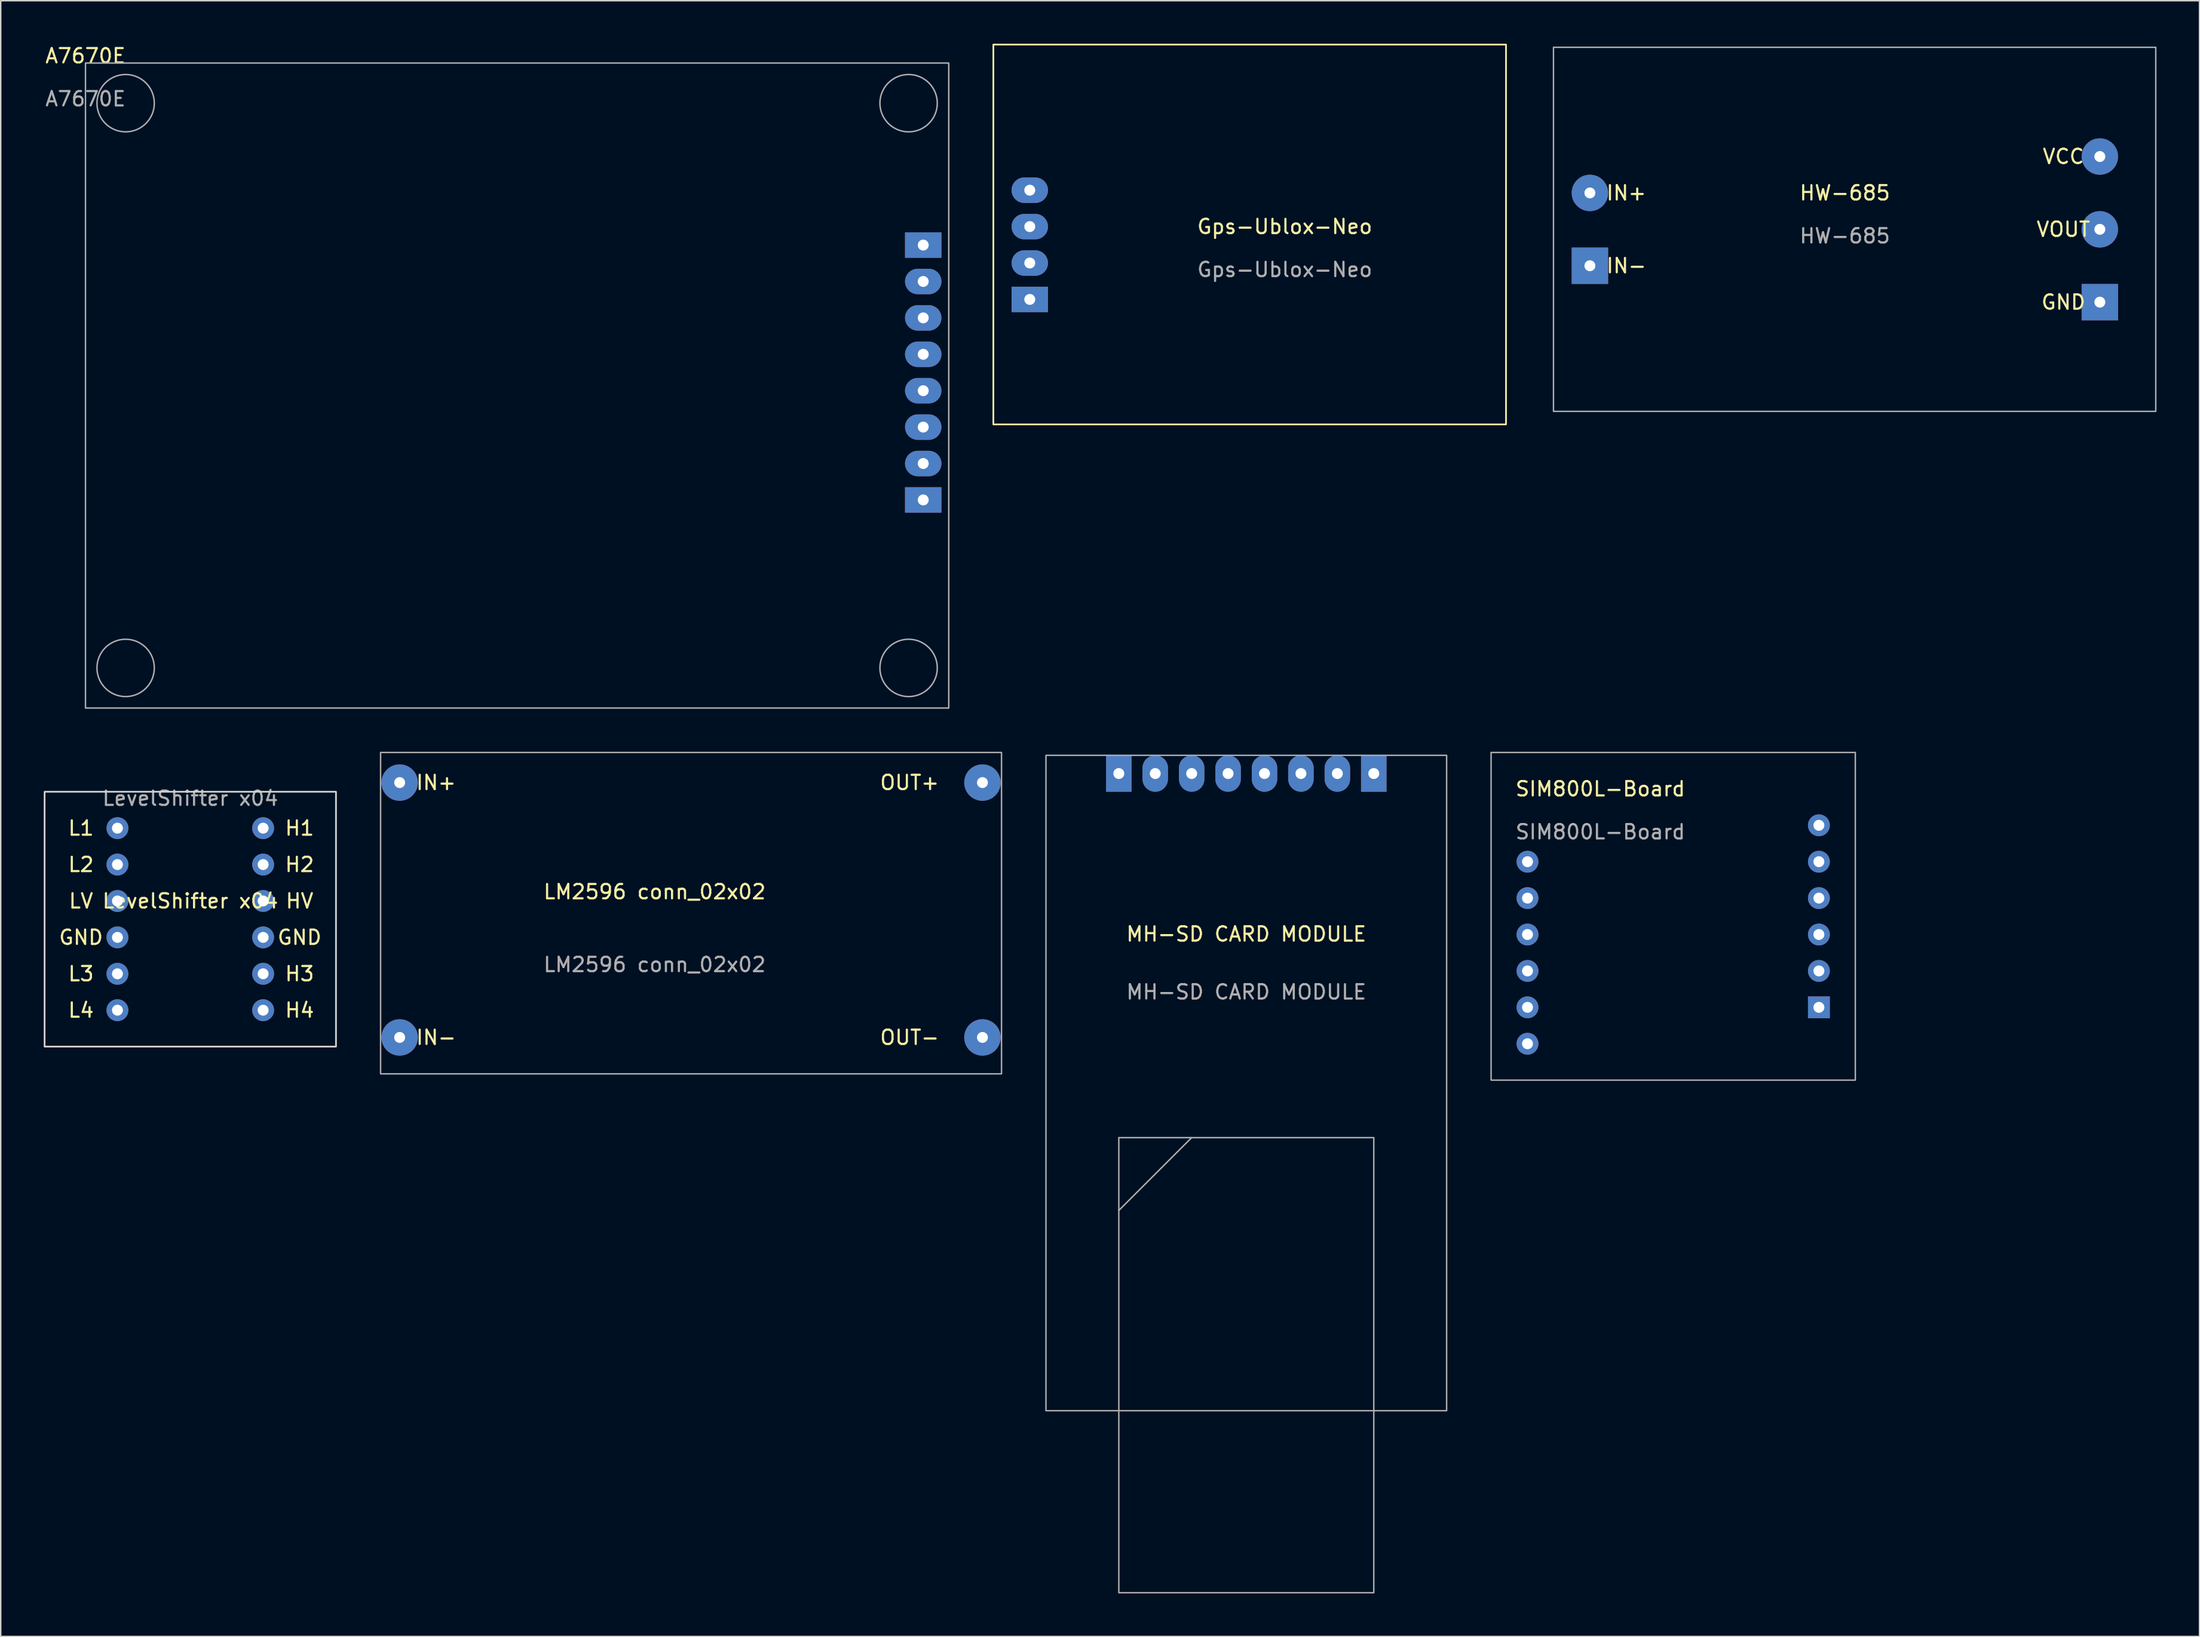
<source format=kicad_pcb>
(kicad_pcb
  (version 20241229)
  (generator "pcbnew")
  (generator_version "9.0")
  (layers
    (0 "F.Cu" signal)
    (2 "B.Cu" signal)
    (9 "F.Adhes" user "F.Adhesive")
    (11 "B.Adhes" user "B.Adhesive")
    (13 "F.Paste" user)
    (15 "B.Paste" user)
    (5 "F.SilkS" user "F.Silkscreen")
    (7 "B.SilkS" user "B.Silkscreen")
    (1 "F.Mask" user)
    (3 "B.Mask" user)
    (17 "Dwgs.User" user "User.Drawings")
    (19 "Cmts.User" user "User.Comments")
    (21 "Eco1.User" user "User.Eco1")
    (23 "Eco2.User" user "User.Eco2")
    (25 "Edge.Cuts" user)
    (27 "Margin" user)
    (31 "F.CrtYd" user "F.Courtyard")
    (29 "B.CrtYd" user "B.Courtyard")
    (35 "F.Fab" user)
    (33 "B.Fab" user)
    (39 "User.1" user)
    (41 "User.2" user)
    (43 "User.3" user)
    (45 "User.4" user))
  (footprint "LM2596 conn_02x02"
    (layer "F.Cu")
    (at 24.82 51.548)
    (property "Reference" "LM2596 conn_02x02" (at 17.78 7.62 0) (unlocked yes) (layer "F.SilkS") (effects (font (size 1 1) (thickness 0.15))))
    (attr through_hole)
    (fp_rect (start -1.33 -2.1) (end 41.97 20.32) (stroke (width 0.1) (type solid)) (fill no) (layer "F.Fab"))
    (fp_text user "OUT-" (at 35.56 17.78 0) (unlocked yes) (layer "F.SilkS") (effects (font (size 1 1) (thickness 0.15))))
    (fp_text user "IN+" (at 2.54 0 0) (unlocked yes) (layer "F.SilkS") (effects (font (size 1 1) (thickness 0.15))))
    (fp_text user "OUT+" (at 35.56 0 0) (unlocked yes) (layer "F.SilkS") (effects (font (size 1 1) (thickness 0.15))))
    (fp_text user "IN-" (at 2.54 17.78 0) (unlocked yes) (layer "F.SilkS") (effects (font (size 1 1) (thickness 0.15))))
    (fp_text user "${REFERENCE}" (at 17.78 12.7 0) (unlocked yes) (layer "F.Fab") (effects (font (size 1 1) (thickness 0.15))))
    (pad "1" thru_hole circle (at 0 0) (size 2.54 2.54) (drill 0.762) (layers "*.Cu" "*.Mask"))
    (pad "2" thru_hole circle (at 0 17.78) (size 2.54 2.54) (drill 0.762) (layers "*.Cu" "*.Mask"))
    (pad "3" thru_hole circle (at 40.64 17.78) (size 2.54 2.54) (drill 0.762) (layers "*.Cu" "*.Mask"))
    (pad "4" thru_hole circle (at 40.64 0) (size 2.54 2.54) (drill 0.762) (layers "*.Cu" "*.Mask")))
  (footprint "A7670E"
    (layer "F.Cu")
    (at 2.911 1.348)
    (property "Reference" "A7670E" (at 0 -0.5 0) (unlocked yes) (layer "F.SilkS") (effects (font (size 1 1) (thickness 0.15))))
    (attr through_hole)
    (fp_rect (start 0 0) (end 60.2 45) (stroke (width 0.1) (type solid)) (fill no) (layer "F.Fab"))
    (fp_circle (center 2.8 2.8) (end 4.8 2.8) (stroke (width 0.1) (type solid)) (fill no) (layer "F.Fab"))
    (fp_circle (center 2.8 42.2) (end 4.8 42.2) (stroke (width 0.1) (type solid)) (fill no) (layer "F.Fab"))
    (fp_circle (center 57.4 2.8) (end 59.4 2.8) (stroke (width 0.1) (type solid)) (fill no) (layer "F.Fab"))
    (fp_circle (center 57.4 42.2) (end 59.4 42.2) (stroke (width 0.1) (type solid)) (fill no) (layer "F.Fab"))
    (fp_text user "${REFERENCE}" (at 0 2.5 0) (unlocked yes) (layer "F.Fab") (effects (font (size 1 1) (thickness 0.15))))
    (pad "1" thru_hole rect (at 58.42 12.7) (size 2.54 1.778) (drill 0.762) (layers "*.Cu" "*.Mask"))
    (pad "2" thru_hole oval (at 58.42 15.24) (size 2.54 1.778) (drill 0.762) (layers "*.Cu" "*.Mask"))
    (pad "3" thru_hole oval (at 58.42 17.78) (size 2.54 1.778) (drill 0.762) (layers "*.Cu" "*.Mask"))
    (pad "4" thru_hole oval (at 58.42 20.32) (size 2.54 1.778) (drill 0.762) (layers "*.Cu" "*.Mask"))
    (pad "5" thru_hole oval (at 58.42 22.86) (size 2.54 1.778) (drill 0.762) (layers "*.Cu" "*.Mask"))
    (pad "6" thru_hole oval (at 58.42 25.4) (size 2.54 1.778) (drill 0.762) (layers "*.Cu" "*.Mask"))
    (pad "7" thru_hole oval (at 58.42 27.94) (size 2.54 1.778) (drill 0.762) (layers "*.Cu" "*.Mask"))
    (pad "8" thru_hole rect (at 58.42 30.48) (size 2.54 1.778) (drill 0.762) (layers "*.Cu" "*.Mask")))
  (footprint "LevelShifter x04"
    (layer "F.Cu")
    (at 2.6 49.648)
    (property "Reference" "LevelShifter x04" (at 7.62 10.16 0) (unlocked yes) (layer "F.SilkS") (effects (font (size 1 1) (thickness 0.15))))
    (attr through_hole)
    (fp_rect (start 17.78 20.32) (end -2.54 2.54) (stroke (width 0.12) (type solid)) (fill no) (layer "Edge.Cuts"))
    (fp_text user "L2" (at 0 7.62 0) (unlocked yes) (layer "F.SilkS") (effects (font (size 1 1) (thickness 0.15))))
    (fp_text user "H4" (at 15.24 17.78 0) (unlocked yes) (layer "F.SilkS") (effects (font (size 1 1) (thickness 0.15))))
    (fp_text user "LV" (at 0 10.16 0) (unlocked yes) (layer "F.SilkS") (effects (font (size 1 1) (thickness 0.15))))
    (fp_text user "H2" (at 15.24 7.62 0) (unlocked yes) (layer "F.SilkS") (effects (font (size 1 1) (thickness 0.15))))
    (fp_text user "L3" (at 0 15.24 0) (unlocked yes) (layer "F.SilkS") (effects (font (size 1 1) (thickness 0.15))))
    (fp_text user "H3" (at 15.24 15.24 0) (unlocked yes) (layer "F.SilkS") (effects (font (size 1 1) (thickness 0.15))))
    (fp_text user "L4" (at 0 17.78 0) (unlocked yes) (layer "F.SilkS") (effects (font (size 1 1) (thickness 0.15))))
    (fp_text user "GND" (at 0 12.7 0) (unlocked yes) (layer "F.SilkS") (effects (font (size 1 1) (thickness 0.15))))
    (fp_text user "H1" (at 15.24 5.08 0) (unlocked yes) (layer "F.SilkS") (effects (font (size 1 1) (thickness 0.15))))
    (fp_text user "HV" (at 15.24 10.16 0) (unlocked yes) (layer "F.SilkS") (effects (font (size 1 1) (thickness 0.15))))
    (fp_text user "GND" (at 15.24 12.7 0) (unlocked yes) (layer "F.SilkS") (effects (font (size 1 1) (thickness 0.15))))
    (fp_text user "L1" (at 0 5.08 0) (unlocked yes) (layer "F.SilkS") (effects (font (size 1 1) (thickness 0.15))))
    (fp_text user "${REFERENCE}" (at 7.62 3 0) (unlocked yes) (layer "F.Fab") (effects (font (size 1 1) (thickness 0.15))))
    (pad "1" thru_hole circle (at 2.54 5.08) (size 1.524 1.524) (drill 0.762) (layers "*.Cu" "*.Mask"))
    (pad "2" thru_hole circle (at 2.54 7.62) (size 1.524 1.524) (drill 0.762) (layers "*.Cu" "*.Mask"))
    (pad "3" thru_hole circle (at 2.54 10.16) (size 1.524 1.524) (drill 0.762) (layers "*.Cu" "*.Mask"))
    (pad "4" thru_hole circle (at 2.54 12.7) (size 1.524 1.524) (drill 0.762) (layers "*.Cu" "*.Mask"))
    (pad "5" thru_hole circle (at 2.54 15.24) (size 1.524 1.524) (drill 0.762) (layers "*.Cu" "*.Mask"))
    (pad "6" thru_hole circle (at 2.54 17.78) (size 1.524 1.524) (drill 0.762) (layers "*.Cu" "*.Mask"))
    (pad "7" thru_hole circle (at 12.7 5.08) (size 1.524 1.524) (drill 0.762) (layers "*.Cu" "*.Mask"))
    (pad "8" thru_hole circle (at 12.7 7.62) (size 1.524 1.524) (drill 0.762) (layers "*.Cu" "*.Mask"))
    (pad "9" thru_hole circle (at 12.7 10.16) (size 1.524 1.524) (drill 0.762) (layers "*.Cu" "*.Mask"))
    (pad "10" thru_hole circle (at 12.7 12.7) (size 1.524 1.524) (drill 0.762) (layers "*.Cu" "*.Mask"))
    (pad "11" thru_hole circle (at 12.7 15.24) (size 1.524 1.524) (drill 0.762) (layers "*.Cu" "*.Mask"))
    (pad "12" thru_hole circle (at 12.7 17.78) (size 1.524 1.524) (drill 0.762) (layers "*.Cu" "*.Mask")))
  (footprint "MH-SD CARD MODULE"
    (layer "F.Cu")
    (at 83.86 49.648)
    (property "Reference" "MH-SD CARD MODULE" (at 0 12.47 0) (unlocked yes) (layer "F.SilkS") (effects (font (size 1 1) (thickness 0.15))))
    (attr through_hole)
    (fp_line (start -3.81 26.67) (end -8.89 31.75) (stroke (width 0.1) (type solid)) (layer "F.Fab"))
    (fp_rect (start -13.97 0) (end 13.97 45.72) (stroke (width 0.1) (type solid)) (fill no) (layer "F.Fab"))
    (fp_rect (start 8.89 26.67) (end -8.89 58.42) (stroke (width 0.1) (type solid)) (fill no) (layer "F.Fab"))
    (fp_text user "${REFERENCE}" (at 0 16.51 0) (unlocked yes) (layer "F.Fab") (effects (font (size 1 1) (thickness 0.15))))
    (pad "1" thru_hole rect (at -8.89 1.27) (size 1.778 2.54) (drill 0.762) (layers "*.Cu" "*.Mask"))
    (pad "2" thru_hole oval (at -6.35 1.27) (size 1.778 2.54) (drill 0.762) (layers "*.Cu" "*.Mask"))
    (pad "3" thru_hole oval (at -3.81 1.27) (size 1.778 2.54) (drill 0.762) (layers "*.Cu" "*.Mask"))
    (pad "4" thru_hole oval (at -1.27 1.27) (size 1.778 2.54) (drill 0.762) (layers "*.Cu" "*.Mask"))
    (pad "5" thru_hole oval (at 1.27 1.27) (size 1.778 2.54) (drill 0.762) (layers "*.Cu" "*.Mask"))
    (pad "6" thru_hole oval (at 3.81 1.27) (size 1.778 2.54) (drill 0.762) (layers "*.Cu" "*.Mask"))
    (pad "7" thru_hole oval (at 6.35 1.27) (size 1.778 2.54) (drill 0.762) (layers "*.Cu" "*.Mask"))
    (pad "8" thru_hole rect (at 8.89 1.27) (size 1.778 2.54) (drill 0.762) (layers "*.Cu" "*.Mask")))
  (footprint "Gps-Ublox-Neo"
    (layer "F.Cu")
    (at 68.761 10.22)
    (property "Reference" "Gps-Ublox-Neo" (at 17.78 2.54 0) (unlocked yes) (layer "F.SilkS") (effects (font (size 1 1) (thickness 0.15))))
    (attr through_hole)
    (fp_rect (start -2.54 -10.16) (end 33.21 16.34) (stroke (width 0.12) (type solid)) (fill no) (layer "F.SilkS"))
    (fp_text user "${REFERENCE}" (at 17.78 5.54 0) (unlocked yes) (layer "F.Fab") (effects (font (size 1 1) (thickness 0.15))))
    (pad "1" thru_hole oval (at 0 0) (size 2.54 1.778) (drill 0.762) (layers "*.Cu" "*.Mask"))
    (pad "2" thru_hole oval (at 0 2.54) (size 2.54 1.778) (drill 0.762) (layers "*.Cu" "*.Mask"))
    (pad "3" thru_hole oval (at 0 5.08) (size 2.54 1.778) (drill 0.762) (layers "*.Cu" "*.Mask"))
    (pad "4" thru_hole rect (at 0 7.62) (size 2.54 1.778) (drill 0.762) (layers "*.Cu" "*.Mask")))
  (footprint "HW-685"
    (layer "F.Cu")
    (at 105.281 0.25)
    (property "Reference" "HW-685" (at 20.32 10.16 0) (unlocked yes) (layer "F.SilkS") (effects (font (size 1 1) (thickness 0.15))))
    (attr through_hole)
    (fp_rect (start 0 0) (end 42 25.4) (stroke (width 0.1) (type solid)) (fill no) (layer "F.Fab"))
    (fp_text user "IN-" (at 5.08 15.24 0) (unlocked yes) (layer "F.SilkS") (effects (font (size 1 1) (thickness 0.15))))
    (fp_text user "IN+" (at 5.08 10.16 0) (unlocked yes) (layer "F.SilkS") (effects (font (size 1 1) (thickness 0.15))))
    (fp_text user "GND" (at 35.56 17.78 0) (unlocked yes) (layer "F.SilkS") (effects (font (size 1 1) (thickness 0.15))))
    (fp_text user "VOUT" (at 35.56 12.7 0) (unlocked yes) (layer "F.SilkS") (effects (font (size 1 1) (thickness 0.15))))
    (fp_text user "VCC" (at 35.56 7.62 0) (unlocked yes) (layer "F.SilkS") (effects (font (size 1 1) (thickness 0.15))))
    (fp_text user "${REFERENCE}" (at 20.32 13.16 0) (unlocked yes) (layer "F.Fab") (effects (font (size 1 1) (thickness 0.15))))
    (pad "1" thru_hole circle (at 2.54 10.16) (size 2.54 2.54) (drill 0.762) (layers "*.Cu" "*.Mask"))
    (pad "2" thru_hole rect (at 2.54 15.24) (size 2.54 2.54) (drill 0.762) (layers "*.Cu" "*.Mask"))
    (pad "3" thru_hole circle (at 38.1 7.62) (size 2.54 2.54) (drill 0.762) (layers "*.Cu" "*.Mask"))
    (pad "4" thru_hole circle (at 38.1 12.7) (size 2.54 2.54) (drill 0.762) (layers "*.Cu" "*.Mask"))
    (pad "5" thru_hole rect (at 38.1 17.78) (size 2.54 2.54) (drill 0.762) (layers "*.Cu" "*.Mask")))
  (footprint "SIM800L-Board"
    (layer "F.Cu")
    (at 103.47 57.068)
    (property "Reference" "SIM800L-Board" (at 5.08 -5.08 0) (unlocked yes) (layer "F.SilkS") (effects (font (size 1 1) (thickness 0.15))))
    (attr through_hole)
    (fp_rect (start -2.54 15.24) (end 22.86 -7.62) (stroke (width 0.1) (type solid)) (fill no) (layer "F.Fab"))
    (fp_text user "${REFERENCE}" (at 5.08 -2.08 0) (unlocked yes) (layer "F.Fab") (effects (font (size 1 1) (thickness 0.15))))
    (pad "1" thru_hole circle (at 0 0) (size 1.524 1.524) (drill 0.762) (layers "*.Cu" "*.Mask"))
    (pad "2" thru_hole circle (at 0 2.54) (size 1.524 1.524) (drill 0.762) (layers "*.Cu" "*.Mask"))
    (pad "3" thru_hole circle (at 0 5.08) (size 1.524 1.524) (drill 0.762) (layers "*.Cu" "*.Mask"))
    (pad "4" thru_hole circle (at 0 7.62) (size 1.524 1.524) (drill 0.762) (layers "*.Cu" "*.Mask"))
    (pad "5" thru_hole circle (at 0 10.16) (size 1.524 1.524) (drill 0.762) (layers "*.Cu" "*.Mask"))
    (pad "6" thru_hole circle (at 0 12.7) (size 1.524 1.524) (drill 0.762) (layers "*.Cu" "*.Mask"))
    (pad "7" thru_hole circle (at 20.32 -2.54) (size 1.524 1.524) (drill 0.762) (layers "*.Cu" "*.Mask"))
    (pad "8" thru_hole circle (at 20.32 0) (size 1.524 1.524) (drill 0.762) (layers "*.Cu" "*.Mask"))
    (pad "9" thru_hole circle (at 20.32 2.54) (size 1.524 1.524) (drill 0.762) (layers "*.Cu" "*.Mask"))
    (pad "10" thru_hole circle (at 20.32 5.08) (size 1.524 1.524) (drill 0.762) (layers "*.Cu" "*.Mask"))
    (pad "11" thru_hole circle (at 20.32 7.62) (size 1.524 1.524) (drill 0.762) (layers "*.Cu" "*.Mask"))
    (pad "12" thru_hole rect (at 20.32 10.16) (size 1.524 1.524) (drill 0.762) (layers "*.Cu" "*.Mask")))
  (gr_rect
    (start -3 -3)
    (end 150.331 111.118)
    (stroke (width 0.1) (type default))
    (fill no)
    (layer "Edge.Cuts")))
</source>
